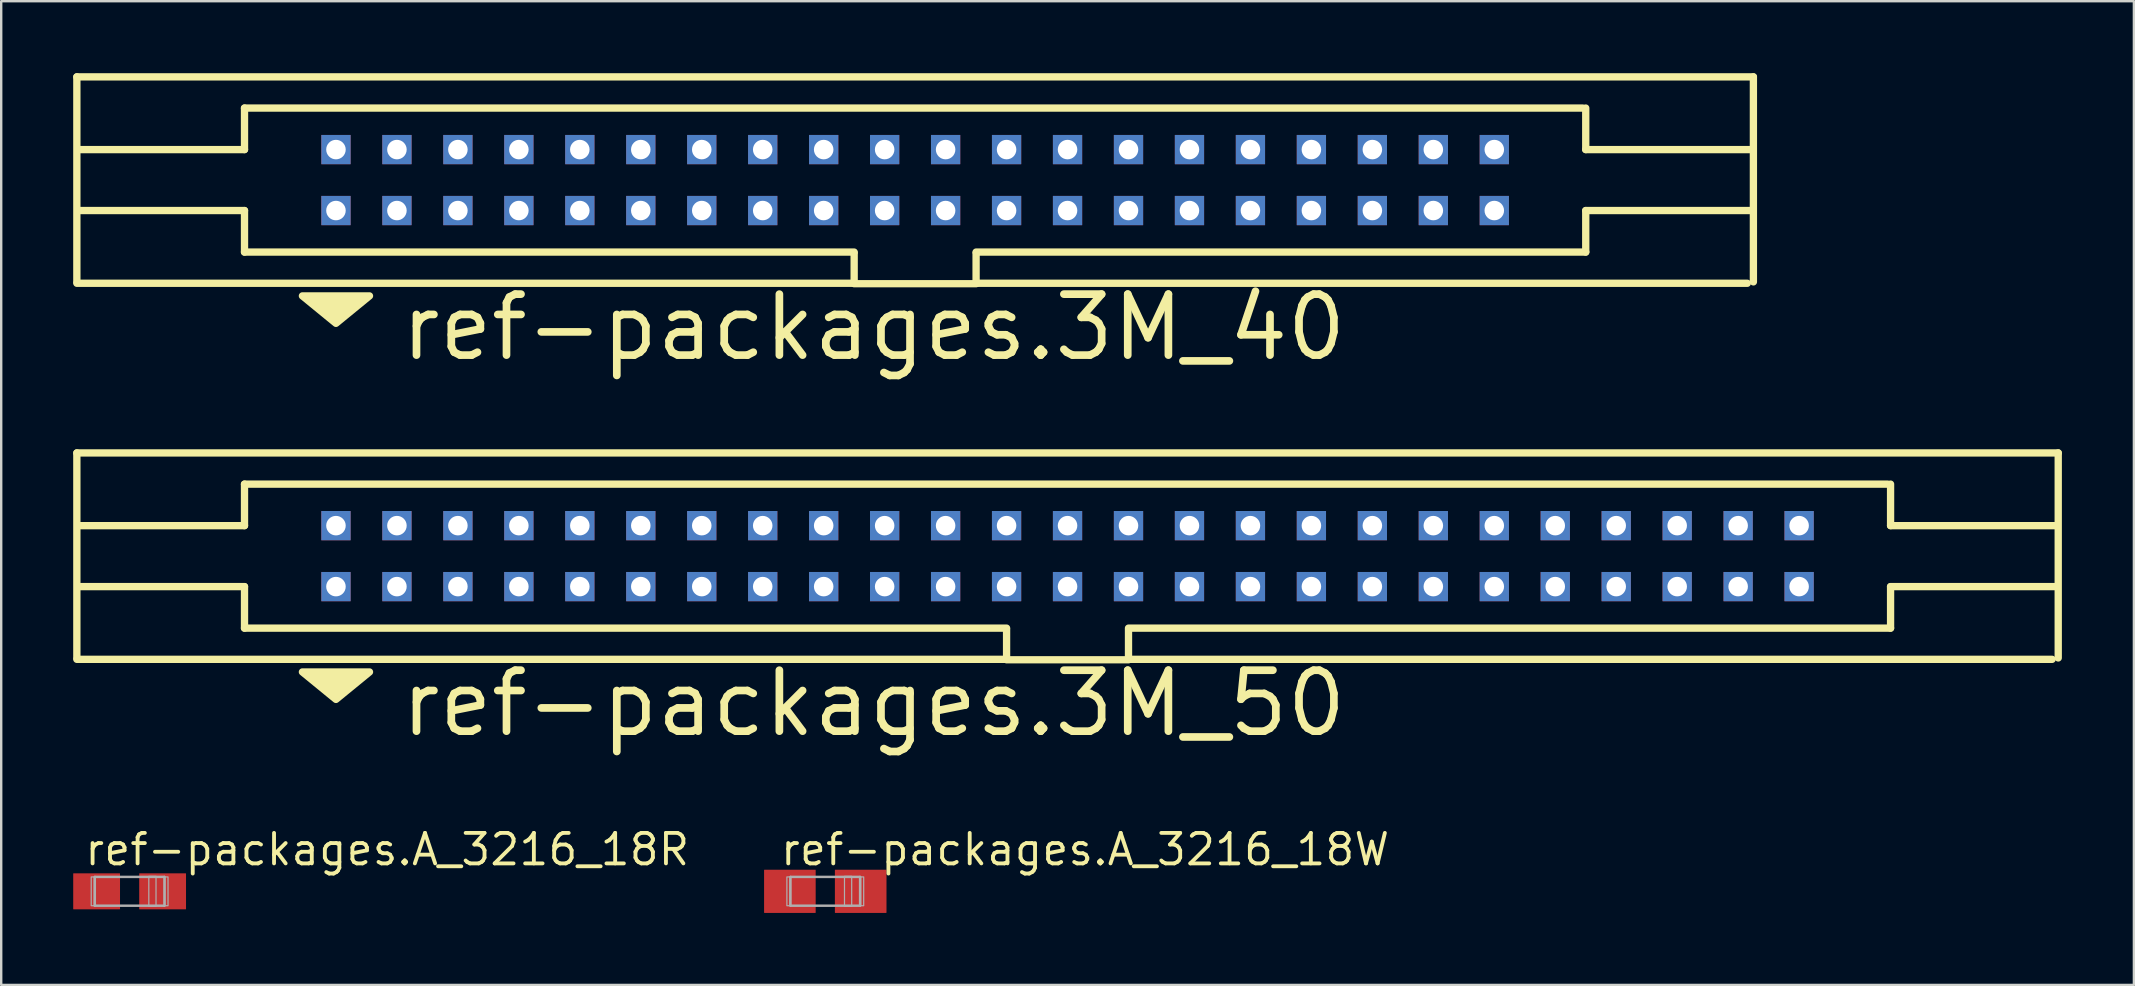
<source format=kicad_pcb>
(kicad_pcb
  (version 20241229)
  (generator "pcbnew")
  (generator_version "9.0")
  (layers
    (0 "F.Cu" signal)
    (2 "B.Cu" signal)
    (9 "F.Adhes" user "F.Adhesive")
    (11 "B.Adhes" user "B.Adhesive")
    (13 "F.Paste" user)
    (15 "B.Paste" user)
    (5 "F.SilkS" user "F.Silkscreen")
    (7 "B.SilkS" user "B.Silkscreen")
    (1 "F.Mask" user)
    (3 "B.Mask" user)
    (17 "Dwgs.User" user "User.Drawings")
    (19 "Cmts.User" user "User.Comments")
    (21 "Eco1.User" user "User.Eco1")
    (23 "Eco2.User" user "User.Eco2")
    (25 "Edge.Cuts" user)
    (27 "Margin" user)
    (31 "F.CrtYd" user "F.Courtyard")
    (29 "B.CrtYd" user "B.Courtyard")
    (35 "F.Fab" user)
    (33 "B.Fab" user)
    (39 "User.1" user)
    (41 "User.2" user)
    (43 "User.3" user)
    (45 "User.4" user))
  (footprint "ref-packages.3M_40"
    (layer "F.Cu")
    (at 35.077 4.452)
    (property "Reference" "ref-packages.3M_40" (at -21.59 7.62 0) (layer "F.SilkS") (effects (font (size 2.54 2.54) (thickness 0.32)) (justify left bottom)))
    (attr through_hole)
    (fp_line (start -34.925 -4.3) (end -34.925 4.242) (stroke (width 0.305) (type default)) (layer "F.SilkS"))
    (fp_line (start -34.925 4.3) (end -2.54 4.3) (stroke (width 0.305) (type default)) (layer "F.SilkS"))
    (fp_line (start -27.94 -1.27) (end -34.798 -1.27) (stroke (width 0.305) (type default)) (layer "F.SilkS"))
    (fp_line (start -27.94 -1.27) (end -27.94 -3) (stroke (width 0.305) (type default)) (layer "F.SilkS"))
    (fp_line (start -27.94 1.27) (end -34.798 1.27) (stroke (width 0.305) (type default)) (layer "F.SilkS"))
    (fp_line (start -27.94 3) (end -27.94 1.27) (stroke (width 0.305) (type default)) (layer "F.SilkS"))
    (fp_line (start -2.54 3) (end -27.94 3) (stroke (width 0.305) (type default)) (layer "F.SilkS"))
    (fp_line (start -2.54 4.3) (end -2.54 3.048) (stroke (width 0.305) (type default)) (layer "F.SilkS"))
    (fp_line (start -2.54 4.318) (end 2.54 4.318) (stroke (width 0.305) (type default)) (layer "F.SilkS"))
    (fp_line (start 2.54 3.048) (end 2.54 4.3) (stroke (width 0.305) (type default)) (layer "F.SilkS"))
    (fp_line (start 2.54 4.3) (end 34.671 4.3) (stroke (width 0.305) (type default)) (layer "F.SilkS"))
    (fp_line (start 27.813 -3) (end -27.94 -3) (stroke (width 0.305) (type default)) (layer "F.SilkS"))
    (fp_line (start 27.94 -1.27) (end 27.94 -3) (stroke (width 0.305) (type default)) (layer "F.SilkS"))
    (fp_line (start 27.94 -1.27) (end 34.798 -1.27) (stroke (width 0.305) (type default)) (layer "F.SilkS"))
    (fp_line (start 27.94 1.27) (end 34.798 1.27) (stroke (width 0.305) (type default)) (layer "F.SilkS"))
    (fp_line (start 27.94 3) (end 2.54 3) (stroke (width 0.305) (type default)) (layer "F.SilkS"))
    (fp_line (start 27.94 3) (end 27.94 1.27) (stroke (width 0.305) (type default)) (layer "F.SilkS"))
    (fp_line (start 34.925 -4.3) (end -34.925 -4.3) (stroke (width 0.305) (type default)) (layer "F.SilkS"))
    (fp_line (start 34.925 4.242) (end 34.925 -4.3) (stroke (width 0.305) (type default)) (layer "F.SilkS"))
    (fp_poly (pts (xy -25.527 4.826) (xy -22.733 4.826) (xy -24.13 5.969)) (stroke (width 0.305) (type default)) (fill yes) (layer "F.SilkS"))
    (pad "1" thru_hole rect (at -24.13 1.27) (size 1.219 1.219) (drill 0.813) (layers "*.Cu" "*.Mask"))
    (pad "2" thru_hole rect (at -24.13 -1.27) (size 1.219 1.219) (drill 0.813) (layers "*.Cu" "*.Mask"))
    (pad "3" thru_hole rect (at -21.59 1.27) (size 1.219 1.219) (drill 0.813) (layers "*.Cu" "*.Mask"))
    (pad "4" thru_hole rect (at -21.59 -1.27) (size 1.219 1.219) (drill 0.813) (layers "*.Cu" "*.Mask"))
    (pad "5" thru_hole rect (at -19.05 1.27) (size 1.219 1.219) (drill 0.813) (layers "*.Cu" "*.Mask"))
    (pad "6" thru_hole rect (at -19.05 -1.27) (size 1.219 1.219) (drill 0.813) (layers "*.Cu" "*.Mask"))
    (pad "7" thru_hole rect (at -16.51 1.27) (size 1.219 1.219) (drill 0.813) (layers "*.Cu" "*.Mask"))
    (pad "8" thru_hole rect (at -16.51 -1.27) (size 1.219 1.219) (drill 0.813) (layers "*.Cu" "*.Mask"))
    (pad "9" thru_hole rect (at -13.97 1.27) (size 1.219 1.219) (drill 0.813) (layers "*.Cu" "*.Mask"))
    (pad "10" thru_hole rect (at -13.97 -1.27) (size 1.219 1.219) (drill 0.813) (layers "*.Cu" "*.Mask"))
    (pad "11" thru_hole rect (at -11.43 1.27) (size 1.219 1.219) (drill 0.813) (layers "*.Cu" "*.Mask"))
    (pad "12" thru_hole rect (at -11.43 -1.27) (size 1.219 1.219) (drill 0.813) (layers "*.Cu" "*.Mask"))
    (pad "13" thru_hole rect (at -8.89 1.27) (size 1.219 1.219) (drill 0.813) (layers "*.Cu" "*.Mask"))
    (pad "14" thru_hole rect (at -8.89 -1.27) (size 1.219 1.219) (drill 0.813) (layers "*.Cu" "*.Mask"))
    (pad "15" thru_hole rect (at -6.35 1.27) (size 1.219 1.219) (drill 0.813) (layers "*.Cu" "*.Mask"))
    (pad "16" thru_hole rect (at -6.35 -1.27) (size 1.219 1.219) (drill 0.813) (layers "*.Cu" "*.Mask"))
    (pad "17" thru_hole rect (at -3.81 1.27) (size 1.219 1.219) (drill 0.813) (layers "*.Cu" "*.Mask"))
    (pad "18" thru_hole rect (at -3.81 -1.27) (size 1.219 1.219) (drill 0.813) (layers "*.Cu" "*.Mask"))
    (pad "19" thru_hole rect (at -1.27 1.27) (size 1.219 1.219) (drill 0.813) (layers "*.Cu" "*.Mask"))
    (pad "20" thru_hole rect (at -1.27 -1.27) (size 1.219 1.219) (drill 0.813) (layers "*.Cu" "*.Mask"))
    (pad "21" thru_hole rect (at 1.27 1.27) (size 1.219 1.219) (drill 0.813) (layers "*.Cu" "*.Mask"))
    (pad "22" thru_hole rect (at 1.27 -1.27) (size 1.219 1.219) (drill 0.813) (layers "*.Cu" "*.Mask"))
    (pad "23" thru_hole rect (at 3.81 1.27) (size 1.219 1.219) (drill 0.813) (layers "*.Cu" "*.Mask"))
    (pad "24" thru_hole rect (at 3.81 -1.27) (size 1.219 1.219) (drill 0.813) (layers "*.Cu" "*.Mask"))
    (pad "25" thru_hole rect (at 6.35 1.27) (size 1.219 1.219) (drill 0.813) (layers "*.Cu" "*.Mask"))
    (pad "26" thru_hole rect (at 6.35 -1.27) (size 1.219 1.219) (drill 0.813) (layers "*.Cu" "*.Mask"))
    (pad "27" thru_hole rect (at 8.89 1.27) (size 1.219 1.219) (drill 0.813) (layers "*.Cu" "*.Mask"))
    (pad "28" thru_hole rect (at 8.89 -1.27) (size 1.219 1.219) (drill 0.813) (layers "*.Cu" "*.Mask"))
    (pad "29" thru_hole rect (at 11.43 1.27) (size 1.219 1.219) (drill 0.813) (layers "*.Cu" "*.Mask"))
    (pad "30" thru_hole rect (at 11.43 -1.27) (size 1.219 1.219) (drill 0.813) (layers "*.Cu" "*.Mask"))
    (pad "31" thru_hole rect (at 13.97 1.27) (size 1.219 1.219) (drill 0.813) (layers "*.Cu" "*.Mask"))
    (pad "32" thru_hole rect (at 13.97 -1.27) (size 1.219 1.219) (drill 0.813) (layers "*.Cu" "*.Mask"))
    (pad "33" thru_hole rect (at 16.51 1.27) (size 1.219 1.219) (drill 0.813) (layers "*.Cu" "*.Mask"))
    (pad "34" thru_hole rect (at 16.51 -1.27) (size 1.219 1.219) (drill 0.813) (layers "*.Cu" "*.Mask"))
    (pad "35" thru_hole rect (at 19.05 1.27) (size 1.219 1.219) (drill 0.813) (layers "*.Cu" "*.Mask"))
    (pad "36" thru_hole rect (at 19.05 -1.27) (size 1.219 1.219) (drill 0.813) (layers "*.Cu" "*.Mask"))
    (pad "37" thru_hole rect (at 21.59 1.27) (size 1.219 1.219) (drill 0.813) (layers "*.Cu" "*.Mask"))
    (pad "38" thru_hole rect (at 21.59 -1.27) (size 1.219 1.219) (drill 0.813) (layers "*.Cu" "*.Mask"))
    (pad "39" thru_hole rect (at 24.13 1.27) (size 1.219 1.219) (drill 0.813) (layers "*.Cu" "*.Mask"))
    (pad "40" thru_hole rect (at 24.13 -1.27) (size 1.219 1.219) (drill 0.813) (layers "*.Cu" "*.Mask")))
  (footprint "ref-packages.A_3216_18W"
    (layer "F.Cu")
    (at 31.334 34.085)
    (property "Reference" "ref-packages.A_3216_18W" (at -1.95 -1 0) (layer "F.SilkS") (effects (font (size 1.27 1.27) (thickness 0.16)) (justify left bottom)))
    (attr smd)
    (fp_line (start -1.45 -0.6) (end 1.45 -0.6) (stroke (width 0.102) (type default)) (layer "F.Fab"))
    (fp_line (start -1.45 0.6) (end -1.45 -0.6) (stroke (width 0.102) (type default)) (layer "F.Fab"))
    (fp_line (start 1.45 -0.6) (end 1.45 0.6) (stroke (width 0.102) (type default)) (layer "F.Fab"))
    (fp_line (start 1.45 0.6) (end -1.45 0.6) (stroke (width 0.102) (type default)) (layer "F.Fab"))
    (fp_rect (start -1.6 0.6) (end -1.475 -0.6) (stroke (width 0.05) (type default)) (fill no) (layer "F.Fab"))
    (fp_rect (start 0.8 0.625) (end 1.1 -0.625) (stroke (width 0.05) (type default)) (fill no) (layer "F.Fab"))
    (fp_rect (start 1.475 0.6) (end 1.6 -0.6) (stroke (width 0.05) (type default)) (fill no) (layer "F.Fab"))
    (pad "+" smd roundrect (at 1.475 0) (size 2.15 1.8) (layers "F.Cu" "F.Mask" "F.Paste") (roundrect_rratio 0.01))
    (pad "-" smd roundrect (at -1.475 0) (size 2.15 1.8) (layers "F.Cu" "F.Mask" "F.Paste") (roundrect_rratio 0.01)))
  (footprint "ref-packages.3M_50"
    (layer "F.Cu")
    (at 41.427 20.12)
    (property "Reference" "ref-packages.3M_50" (at -27.94 7.62 0) (layer "F.SilkS") (effects (font (size 2.54 2.54) (thickness 0.32)) (justify left bottom)))
    (attr through_hole)
    (fp_line (start -41.275 -4.3) (end -41.275 4.242) (stroke (width 0.305) (type default)) (layer "F.SilkS"))
    (fp_line (start -41.275 4.3) (end -2.54 4.3) (stroke (width 0.305) (type default)) (layer "F.SilkS"))
    (fp_line (start -34.29 -1.27) (end -41.148 -1.27) (stroke (width 0.305) (type default)) (layer "F.SilkS"))
    (fp_line (start -34.29 -1.27) (end -34.29 -3) (stroke (width 0.305) (type default)) (layer "F.SilkS"))
    (fp_line (start -34.29 1.27) (end -41.148 1.27) (stroke (width 0.305) (type default)) (layer "F.SilkS"))
    (fp_line (start -34.29 3) (end -34.29 1.27) (stroke (width 0.305) (type default)) (layer "F.SilkS"))
    (fp_line (start -2.54 3) (end -34.29 3) (stroke (width 0.305) (type default)) (layer "F.SilkS"))
    (fp_line (start -2.54 4.3) (end -2.54 3.048) (stroke (width 0.305) (type default)) (layer "F.SilkS"))
    (fp_line (start -2.54 4.318) (end 2.54 4.318) (stroke (width 0.305) (type default)) (layer "F.SilkS"))
    (fp_line (start 2.54 3.048) (end 2.54 4.3) (stroke (width 0.305) (type default)) (layer "F.SilkS"))
    (fp_line (start 2.54 4.3) (end 41.021 4.3) (stroke (width 0.305) (type default)) (layer "F.SilkS"))
    (fp_line (start 34.163 -3) (end -34.29 -3) (stroke (width 0.305) (type default)) (layer "F.SilkS"))
    (fp_line (start 34.29 -1.27) (end 34.29 -3) (stroke (width 0.305) (type default)) (layer "F.SilkS"))
    (fp_line (start 34.29 -1.27) (end 41.148 -1.27) (stroke (width 0.305) (type default)) (layer "F.SilkS"))
    (fp_line (start 34.29 1.27) (end 41.148 1.27) (stroke (width 0.305) (type default)) (layer "F.SilkS"))
    (fp_line (start 34.29 3) (end 2.54 3) (stroke (width 0.305) (type default)) (layer "F.SilkS"))
    (fp_line (start 34.29 3) (end 34.29 1.27) (stroke (width 0.305) (type default)) (layer "F.SilkS"))
    (fp_line (start 41.275 -4.3) (end -41.275 -4.3) (stroke (width 0.305) (type default)) (layer "F.SilkS"))
    (fp_line (start 41.275 4.242) (end 41.275 -4.3) (stroke (width 0.305) (type default)) (layer "F.SilkS"))
    (fp_poly (pts (xy -31.877 4.826) (xy -29.083 4.826) (xy -30.48 5.969)) (stroke (width 0.305) (type default)) (fill yes) (layer "F.SilkS"))
    (pad "1" thru_hole rect (at -30.48 1.27) (size 1.219 1.219) (drill 0.813) (layers "*.Cu" "*.Mask"))
    (pad "2" thru_hole rect (at -30.48 -1.27) (size 1.219 1.219) (drill 0.813) (layers "*.Cu" "*.Mask"))
    (pad "3" thru_hole rect (at -27.94 1.27) (size 1.219 1.219) (drill 0.813) (layers "*.Cu" "*.Mask"))
    (pad "4" thru_hole rect (at -27.94 -1.27) (size 1.219 1.219) (drill 0.813) (layers "*.Cu" "*.Mask"))
    (pad "5" thru_hole rect (at -25.4 1.27) (size 1.219 1.219) (drill 0.813) (layers "*.Cu" "*.Mask"))
    (pad "6" thru_hole rect (at -25.4 -1.27) (size 1.219 1.219) (drill 0.813) (layers "*.Cu" "*.Mask"))
    (pad "7" thru_hole rect (at -22.86 1.27) (size 1.219 1.219) (drill 0.813) (layers "*.Cu" "*.Mask"))
    (pad "8" thru_hole rect (at -22.86 -1.27) (size 1.219 1.219) (drill 0.813) (layers "*.Cu" "*.Mask"))
    (pad "9" thru_hole rect (at -20.32 1.27) (size 1.219 1.219) (drill 0.813) (layers "*.Cu" "*.Mask"))
    (pad "10" thru_hole rect (at -20.32 -1.27) (size 1.219 1.219) (drill 0.813) (layers "*.Cu" "*.Mask"))
    (pad "11" thru_hole rect (at -17.78 1.27) (size 1.219 1.219) (drill 0.813) (layers "*.Cu" "*.Mask"))
    (pad "12" thru_hole rect (at -17.78 -1.27) (size 1.219 1.219) (drill 0.813) (layers "*.Cu" "*.Mask"))
    (pad "13" thru_hole rect (at -15.24 1.27) (size 1.219 1.219) (drill 0.813) (layers "*.Cu" "*.Mask"))
    (pad "14" thru_hole rect (at -15.24 -1.27) (size 1.219 1.219) (drill 0.813) (layers "*.Cu" "*.Mask"))
    (pad "15" thru_hole rect (at -12.7 1.27) (size 1.219 1.219) (drill 0.813) (layers "*.Cu" "*.Mask"))
    (pad "16" thru_hole rect (at -12.7 -1.27) (size 1.219 1.219) (drill 0.813) (layers "*.Cu" "*.Mask"))
    (pad "17" thru_hole rect (at -10.16 1.27) (size 1.219 1.219) (drill 0.813) (layers "*.Cu" "*.Mask"))
    (pad "18" thru_hole rect (at -10.16 -1.27) (size 1.219 1.219) (drill 0.813) (layers "*.Cu" "*.Mask"))
    (pad "19" thru_hole rect (at -7.62 1.27) (size 1.219 1.219) (drill 0.813) (layers "*.Cu" "*.Mask"))
    (pad "20" thru_hole rect (at -7.62 -1.27) (size 1.219 1.219) (drill 0.813) (layers "*.Cu" "*.Mask"))
    (pad "21" thru_hole rect (at -5.08 1.27) (size 1.219 1.219) (drill 0.813) (layers "*.Cu" "*.Mask"))
    (pad "22" thru_hole rect (at -5.08 -1.27) (size 1.219 1.219) (drill 0.813) (layers "*.Cu" "*.Mask"))
    (pad "23" thru_hole rect (at -2.54 1.27) (size 1.219 1.219) (drill 0.813) (layers "*.Cu" "*.Mask"))
    (pad "24" thru_hole rect (at -2.54 -1.27) (size 1.219 1.219) (drill 0.813) (layers "*.Cu" "*.Mask"))
    (pad "25" thru_hole rect (at 0 1.27) (size 1.219 1.219) (drill 0.813) (layers "*.Cu" "*.Mask"))
    (pad "26" thru_hole rect (at 0 -1.27) (size 1.219 1.219) (drill 0.813) (layers "*.Cu" "*.Mask"))
    (pad "27" thru_hole rect (at 2.54 1.27) (size 1.219 1.219) (drill 0.813) (layers "*.Cu" "*.Mask"))
    (pad "28" thru_hole rect (at 2.54 -1.27) (size 1.219 1.219) (drill 0.813) (layers "*.Cu" "*.Mask"))
    (pad "29" thru_hole rect (at 5.08 1.27) (size 1.219 1.219) (drill 0.813) (layers "*.Cu" "*.Mask"))
    (pad "30" thru_hole rect (at 5.08 -1.27) (size 1.219 1.219) (drill 0.813) (layers "*.Cu" "*.Mask"))
    (pad "31" thru_hole rect (at 7.62 1.27) (size 1.219 1.219) (drill 0.813) (layers "*.Cu" "*.Mask"))
    (pad "32" thru_hole rect (at 7.62 -1.27) (size 1.219 1.219) (drill 0.813) (layers "*.Cu" "*.Mask"))
    (pad "33" thru_hole rect (at 10.16 1.27) (size 1.219 1.219) (drill 0.813) (layers "*.Cu" "*.Mask"))
    (pad "34" thru_hole rect (at 10.16 -1.27) (size 1.219 1.219) (drill 0.813) (layers "*.Cu" "*.Mask"))
    (pad "35" thru_hole rect (at 12.7 1.27) (size 1.219 1.219) (drill 0.813) (layers "*.Cu" "*.Mask"))
    (pad "36" thru_hole rect (at 12.7 -1.27) (size 1.219 1.219) (drill 0.813) (layers "*.Cu" "*.Mask"))
    (pad "37" thru_hole rect (at 15.24 1.27) (size 1.219 1.219) (drill 0.813) (layers "*.Cu" "*.Mask"))
    (pad "38" thru_hole rect (at 15.24 -1.27) (size 1.219 1.219) (drill 0.813) (layers "*.Cu" "*.Mask"))
    (pad "39" thru_hole rect (at 17.78 1.27) (size 1.219 1.219) (drill 0.813) (layers "*.Cu" "*.Mask"))
    (pad "40" thru_hole rect (at 17.78 -1.27) (size 1.219 1.219) (drill 0.813) (layers "*.Cu" "*.Mask"))
    (pad "41" thru_hole rect (at 20.32 1.27) (size 1.219 1.219) (drill 0.813) (layers "*.Cu" "*.Mask"))
    (pad "42" thru_hole rect (at 20.32 -1.27) (size 1.219 1.219) (drill 0.813) (layers "*.Cu" "*.Mask"))
    (pad "43" thru_hole rect (at 22.86 1.27) (size 1.219 1.219) (drill 0.813) (layers "*.Cu" "*.Mask"))
    (pad "44" thru_hole rect (at 22.86 -1.27) (size 1.219 1.219) (drill 0.813) (layers "*.Cu" "*.Mask"))
    (pad "45" thru_hole rect (at 25.4 1.27) (size 1.219 1.219) (drill 0.813) (layers "*.Cu" "*.Mask"))
    (pad "46" thru_hole rect (at 25.4 -1.27) (size 1.219 1.219) (drill 0.813) (layers "*.Cu" "*.Mask"))
    (pad "47" thru_hole rect (at 27.94 1.27) (size 1.219 1.219) (drill 0.813) (layers "*.Cu" "*.Mask"))
    (pad "48" thru_hole rect (at 27.94 -1.27) (size 1.219 1.219) (drill 0.813) (layers "*.Cu" "*.Mask"))
    (pad "49" thru_hole rect (at 30.48 1.27) (size 1.219 1.219) (drill 0.813) (layers "*.Cu" "*.Mask"))
    (pad "50" thru_hole rect (at 30.48 -1.27) (size 1.219 1.219) (drill 0.813) (layers "*.Cu" "*.Mask")))
  (footprint "ref-packages.A_3216_18R"
    (layer "F.Cu")
    (at 2.35 34.085)
    (property "Reference" "ref-packages.A_3216_18R" (at -1.95 -1 0) (layer "F.SilkS") (effects (font (size 1.27 1.27) (thickness 0.16)) (justify left bottom)))
    (attr smd)
    (fp_line (start -1.45 -0.6) (end 1.45 -0.6) (stroke (width 0.102) (type default)) (layer "F.Fab"))
    (fp_line (start -1.45 0.6) (end -1.45 -0.6) (stroke (width 0.102) (type default)) (layer "F.Fab"))
    (fp_line (start 1.45 -0.6) (end 1.45 0.6) (stroke (width 0.102) (type default)) (layer "F.Fab"))
    (fp_line (start 1.45 0.6) (end -1.45 0.6) (stroke (width 0.102) (type default)) (layer "F.Fab"))
    (fp_rect (start -1.6 0.6) (end -1.475 -0.6) (stroke (width 0.05) (type default)) (fill no) (layer "F.Fab"))
    (fp_rect (start 0.8 0.625) (end 1.1 -0.625) (stroke (width 0.05) (type default)) (fill no) (layer "F.Fab"))
    (fp_rect (start 1.475 0.6) (end 1.6 -0.6) (stroke (width 0.05) (type default)) (fill no) (layer "F.Fab"))
    (pad "+" smd roundrect (at 1.375 0) (size 1.95 1.5) (layers "F.Cu" "F.Mask" "F.Paste") (roundrect_rratio 0.01))
    (pad "-" smd roundrect (at -1.375 0) (size 1.95 1.5) (layers "F.Cu" "F.Mask" "F.Paste") (roundrect_rratio 0.01)))
  (gr_rect
    (start -3 -3)
    (end 85.855 37.985)
    (stroke (width 0.1) (type default))
    (fill no)
    (layer "Edge.Cuts")))
</source>
